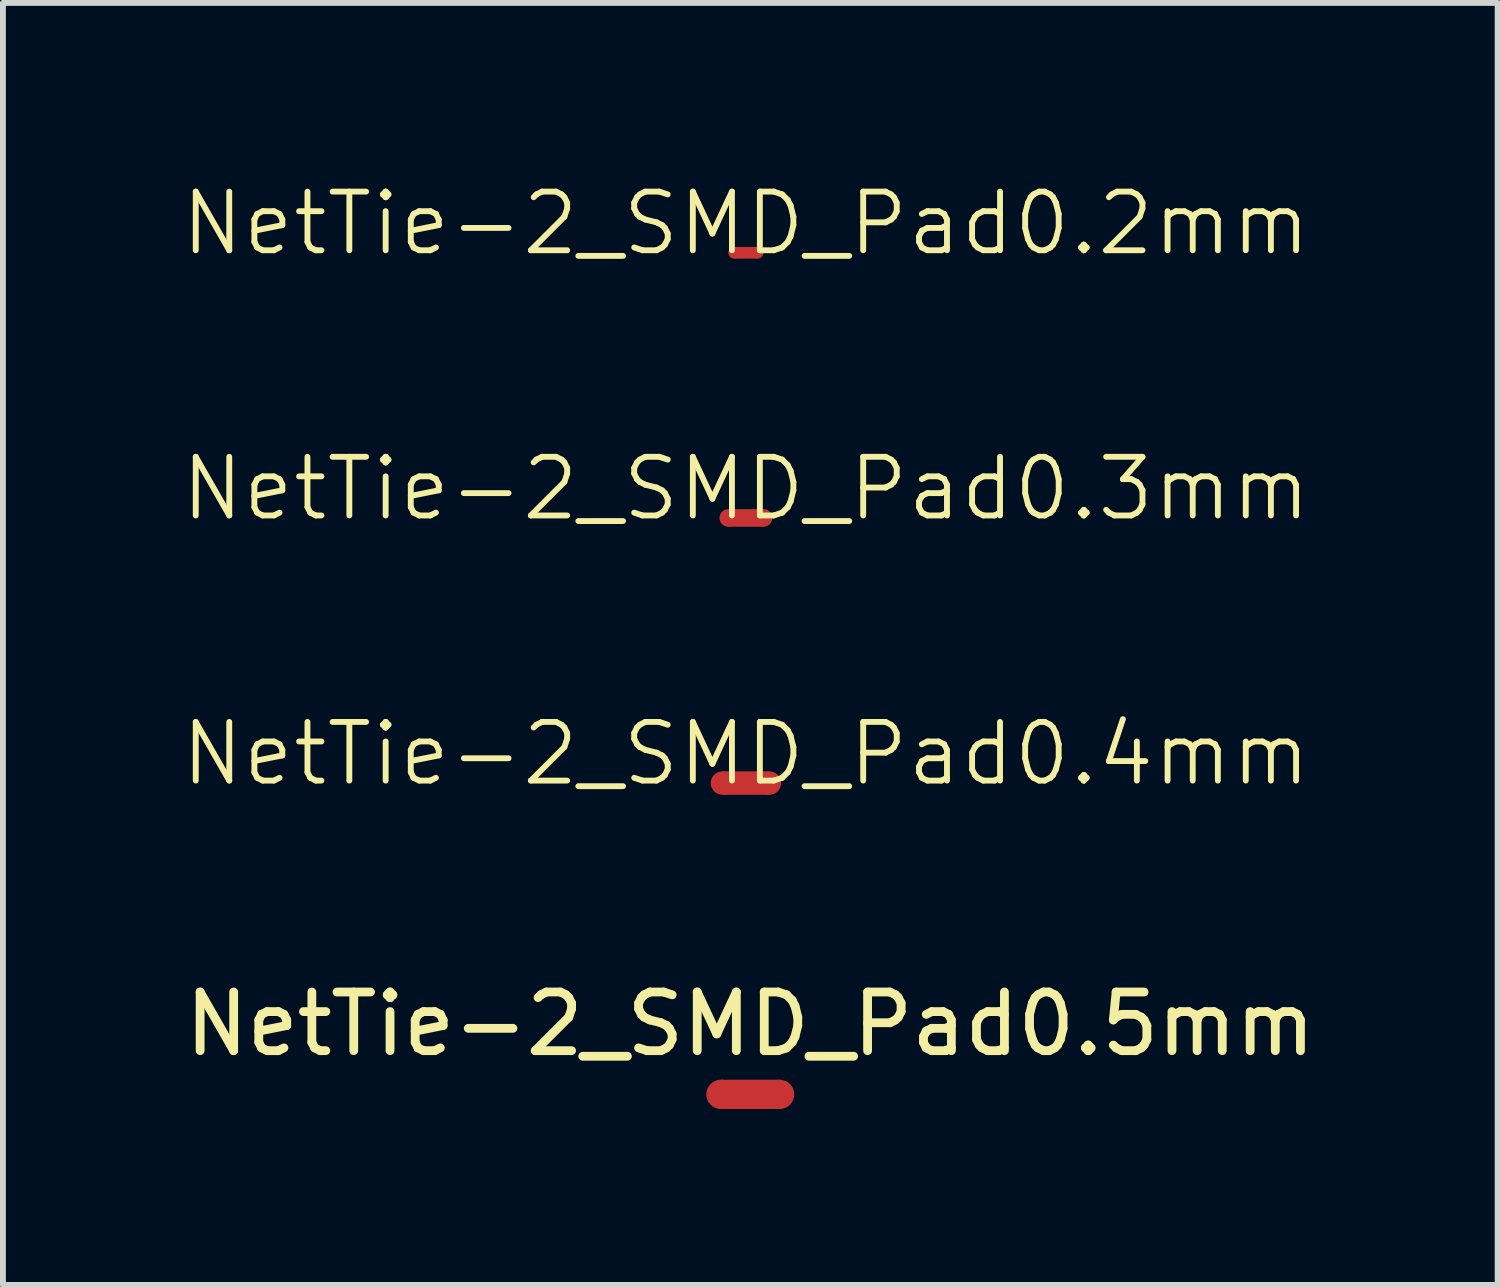
<source format=kicad_pcb>
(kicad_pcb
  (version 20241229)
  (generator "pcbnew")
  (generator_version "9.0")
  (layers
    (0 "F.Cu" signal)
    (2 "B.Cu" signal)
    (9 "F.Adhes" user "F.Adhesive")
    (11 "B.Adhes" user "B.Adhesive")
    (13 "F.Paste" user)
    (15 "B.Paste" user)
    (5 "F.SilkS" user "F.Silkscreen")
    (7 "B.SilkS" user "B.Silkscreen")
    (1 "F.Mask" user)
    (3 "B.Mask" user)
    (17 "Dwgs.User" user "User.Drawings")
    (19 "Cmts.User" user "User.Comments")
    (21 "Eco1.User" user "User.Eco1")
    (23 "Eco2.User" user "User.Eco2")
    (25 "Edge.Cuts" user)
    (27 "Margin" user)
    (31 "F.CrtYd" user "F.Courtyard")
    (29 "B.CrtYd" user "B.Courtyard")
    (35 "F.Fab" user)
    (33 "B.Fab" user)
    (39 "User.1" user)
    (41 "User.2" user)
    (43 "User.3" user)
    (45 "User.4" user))
  (footprint "NetTie-2_SMD_Pad0.2mm"
    (layer "F.Cu")
    (at 9.669 1.26)
    (property "Reference" "NetTie-2_SMD_Pad0.2mm" (at 0 -0.5 0) (unlocked yes) (layer "F.SilkS") (effects (font (size 1 1) (thickness 0.1))))
    (attr smd exclude_from_pos_files exclude_from_bom allow_missing_courtyard)
    (fp_poly (pts (xy -0.2 -0.1) (xy 0.2 -0.1) (xy 0.2 0.1) (xy -0.2 0.1)) (stroke (width 0) (type solid)) (fill yes) (layer "F.Cu"))
    (pad "1" smd circle (at -0.2 0) (size 0.2 0.2) (layers "F.Cu"))
    (pad "2" smd circle (at 0.2 0) (size 0.2 0.2) (layers "F.Cu")))
  (footprint "NetTie-2_SMD_Pad0.4mm"
    (layer "F.Cu")
    (at 9.669 10.303)
    (property "Reference" "NetTie-2_SMD_Pad0.4mm" (at 0 -0.5 0) (unlocked yes) (layer "F.SilkS") (effects (font (size 1 1) (thickness 0.1))))
    (attr smd)
    (fp_poly (pts (xy -0.4 -0.2) (xy 0.4 -0.2) (xy 0.4 0.2) (xy -0.4 0.2)) (stroke (width 0) (type solid)) (fill yes) (layer "F.Cu"))
    (pad "1" smd circle (at -0.4 0) (size 0.4 0.4) (layers "F.Cu"))
    (pad "2" smd circle (at 0.4 0) (size 0.4 0.4) (layers "F.Cu")))
  (footprint "NetTie-2_SMD_Pad0.3mm"
    (layer "F.Cu")
    (at 9.669 5.782)
    (property "Reference" "NetTie-2_SMD_Pad0.3mm" (at 0 -0.5 0) (unlocked yes) (layer "F.SilkS") (effects (font (size 1 1) (thickness 0.1))))
    (attr smd exclude_from_pos_files exclude_from_bom allow_missing_courtyard)
    (fp_poly (pts (xy -0.3 -0.15) (xy 0.3 -0.15) (xy 0.3 0.15) (xy -0.3 0.15)) (stroke (width 0) (type solid)) (fill yes) (layer "F.Cu"))
    (pad "1" smd circle (at -0.3 0) (size 0.3 0.3) (layers "F.Cu"))
    (pad "2" smd circle (at 0.3 0) (size 0.3 0.3) (layers "F.Cu")))
  (footprint "NetTie-2_SMD_Pad0.5mm"
    (layer "F.Cu")
    (at 9.744 15.611)
    (property "Reference" "NetTie-2_SMD_Pad0.5mm" (at 0 -1.2 0) (layer "F.SilkS") (effects (font (size 1 1) (thickness 0.15))))
    (attr exclude_from_pos_files exclude_from_bom allow_missing_courtyard)
    (fp_poly (pts (xy -0.5 -0.25) (xy 0.5 -0.25) (xy 0.5 0.25) (xy -0.5 0.25)) (stroke (width 0) (type solid)) (fill yes) (layer "F.Cu"))
    (pad "1" smd circle (at -0.5 0) (size 0.5 0.5) (layers "F.Cu"))
    (pad "2" smd circle (at 0.5 0) (size 0.5 0.5) (layers "F.Cu")))
  (gr_rect
    (start -3 -3)
    (end 22.488 18.861)
    (stroke (width 0.1) (type default))
    (fill no)
    (layer "Edge.Cuts")))
</source>
